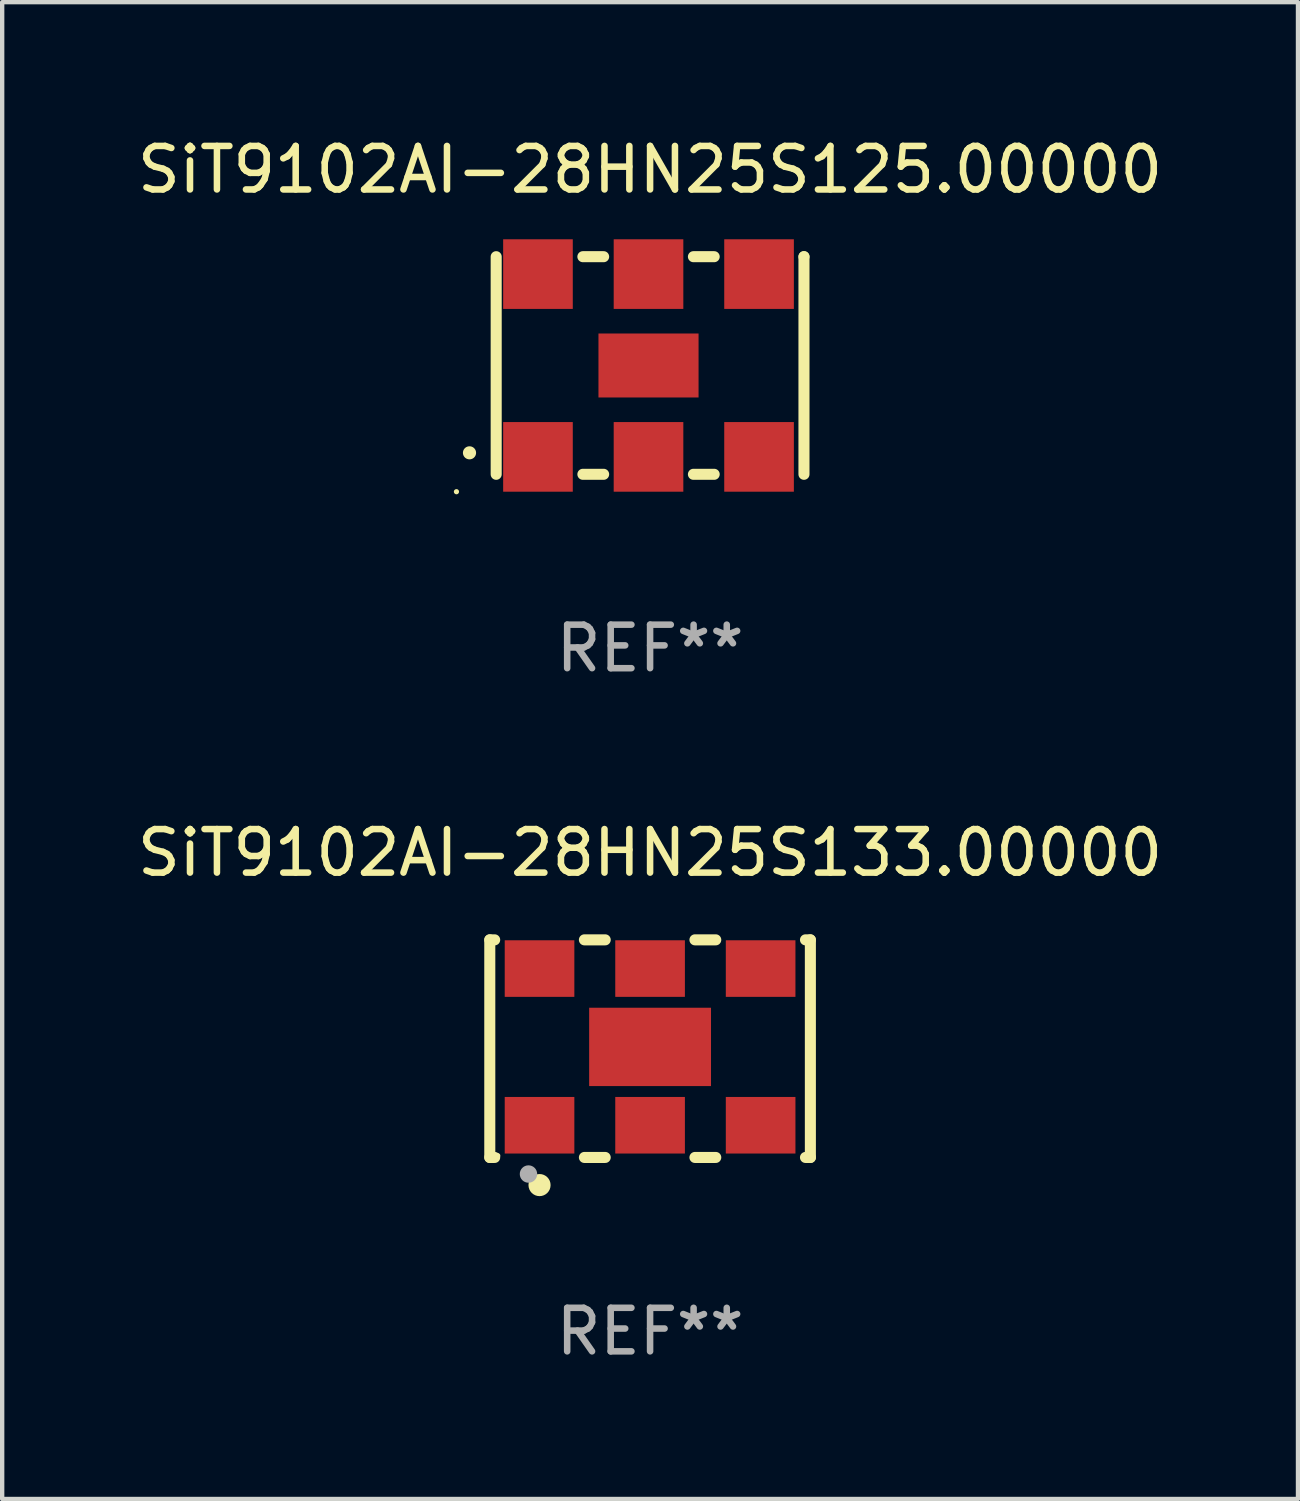
<source format=kicad_pcb>
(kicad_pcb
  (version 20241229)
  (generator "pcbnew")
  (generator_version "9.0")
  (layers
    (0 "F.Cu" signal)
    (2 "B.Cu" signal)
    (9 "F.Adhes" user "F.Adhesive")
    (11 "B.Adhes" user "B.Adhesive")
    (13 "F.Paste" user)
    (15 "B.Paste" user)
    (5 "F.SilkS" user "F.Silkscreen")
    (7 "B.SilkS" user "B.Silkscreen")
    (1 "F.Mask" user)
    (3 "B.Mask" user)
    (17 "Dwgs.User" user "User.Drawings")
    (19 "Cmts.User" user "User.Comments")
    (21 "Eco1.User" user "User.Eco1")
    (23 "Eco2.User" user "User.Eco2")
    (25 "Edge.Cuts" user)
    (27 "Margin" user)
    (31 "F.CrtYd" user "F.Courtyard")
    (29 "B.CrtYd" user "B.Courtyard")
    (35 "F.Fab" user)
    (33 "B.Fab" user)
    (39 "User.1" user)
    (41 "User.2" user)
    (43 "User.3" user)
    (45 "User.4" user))
  (footprint "SiT9102AI-28HN25S133.00000"
    (layer "F.Cu")
    (at 11.887 21.045)
    (property "Reference" "SiT9102AI-28HN25S133.00000" (at 0 -4.5 0) (layer "F.SilkS") (effects (font (size 1 1) (thickness 0.15))))
    (attr through_hole)
    (fp_line (start -3.683 -2.5) (end -3.571 -2.5) (stroke (width 0.254) (type solid)) (layer "F.SilkS"))
    (fp_line (start -3.683 2.5) (end -3.683 -2.5) (stroke (width 0.254) (type solid)) (layer "F.SilkS"))
    (fp_line (start -3.683 2.5) (end -3.571 2.5) (stroke (width 0.254) (type solid)) (layer "F.SilkS"))
    (fp_line (start -1.509 -2.5) (end -1.031 -2.5) (stroke (width 0.254) (type solid)) (layer "F.SilkS"))
    (fp_line (start -1.509 2.5) (end -1.031 2.5) (stroke (width 0.254) (type solid)) (layer "F.SilkS"))
    (fp_line (start 1.031 -2.5) (end 1.509 -2.5) (stroke (width 0.254) (type solid)) (layer "F.SilkS"))
    (fp_line (start 1.031 2.5) (end 1.509 2.5) (stroke (width 0.254) (type solid)) (layer "F.SilkS"))
    (fp_line (start 3.571 -2.5) (end 3.683 -2.5) (stroke (width 0.254) (type solid)) (layer "F.SilkS"))
    (fp_line (start 3.571 2.5) (end 3.683 2.5) (stroke (width 0.254) (type solid)) (layer "F.SilkS"))
    (fp_line (start 3.683 2.5) (end 3.683 -2.5) (stroke (width 0.254) (type solid)) (layer "F.SilkS"))
    (fp_circle (center -3.5 2.46) (end -3.47 2.46) (stroke (width 0.06) (type solid)) (fill no) (layer "F.SilkS"))
    (fp_circle (center -2.54 3.135) (end -2.413 3.135) (stroke (width 0.254) (type solid)) (fill no) (layer "F.SilkS"))
    (fp_circle (center -2.794 2.881) (end -2.694 2.881) (stroke (width 0.2) (type solid)) (fill no) (layer "F.Fab"))
    (fp_text user "REF**" (at 0 6.5 0) (layer "F.Fab") (effects (font (size 1 1) (thickness 0.15))))
    (pad "1" smd rect (at -2.54 1.76) (size 1.6 1.3) (layers "F.Cu" "F.Mask" "F.Paste"))
    (pad "2" smd rect (at 0 1.76) (size 1.6 1.3) (layers "F.Cu" "F.Mask" "F.Paste"))
    (pad "3" smd rect (at 2.54 1.76) (size 1.6 1.3) (layers "F.Cu" "F.Mask" "F.Paste"))
    (pad "4" smd rect (at 2.54 -1.84) (size 1.6 1.3) (layers "F.Cu" "F.Mask" "F.Paste"))
    (pad "5" smd rect (at 0 -1.84) (size 1.6 1.3) (layers "F.Cu" "F.Mask" "F.Paste"))
    (pad "6" smd rect (at -2.54 -1.84) (size 1.6 1.3) (layers "F.Cu" "F.Mask" "F.Paste"))
    (pad "7" smd rect (at 0 -0.04) (size 2.8 1.8) (layers "F.Cu" "F.Mask" "F.Paste")))
  (footprint "SiT9102AI-28HN25S125.00000"
    (layer "F.Cu")
    (at 11.887 5.348)
    (property "Reference" "SiT9102AI-28HN25S125.00000" (at 0 -4.5 0) (layer "F.SilkS") (effects (font (size 1 1) (thickness 0.15))))
    (attr through_hole)
    (fp_line (start -3.536 -2.5) (end -3.536 2.5) (stroke (width 0.254) (type solid)) (layer "F.SilkS"))
    (fp_line (start -1.544 2.5) (end -1.067 2.5) (stroke (width 0.254) (type solid)) (layer "F.SilkS"))
    (fp_line (start -1.067 -2.5) (end -1.544 -2.5) (stroke (width 0.254) (type solid)) (layer "F.SilkS"))
    (fp_line (start 0.996 2.5) (end 1.473 2.5) (stroke (width 0.254) (type solid)) (layer "F.SilkS"))
    (fp_line (start 1.473 -2.5) (end 0.996 -2.5) (stroke (width 0.254) (type solid)) (layer "F.SilkS"))
    (fp_line (start 3.536 -2.5) (end 3.536 -2.5) (stroke (width 0.254) (type solid)) (layer "F.SilkS"))
    (fp_line (start 3.536 2.5) (end 3.536 -2.5) (stroke (width 0.254) (type solid)) (layer "F.SilkS"))
    (fp_arc (start -4.150432 2.006604) (mid -4.149162 2.006599) (end -4.147892 2.006604) (stroke (width 0.3) (type solid)) (layer "F.SilkS"))
    (fp_circle (center -4.449 2.9) (end -4.419 2.9) (stroke (width 0.06) (type solid)) (fill no) (layer "F.SilkS"))
    (fp_text user "REF**" (at 0 6.5 0) (layer "F.Fab") (effects (font (size 1 1) (thickness 0.15))))
    (pad "1" smd rect (at -2.576 2.1) (size 1.6 1.6) (layers "F.Cu" "F.Mask" "F.Paste"))
    (pad "2" smd rect (at -0.036 2.1) (size 1.6 1.6) (layers "F.Cu" "F.Mask" "F.Paste"))
    (pad "3" smd rect (at 2.504 2.1) (size 1.6 1.6) (layers "F.Cu" "F.Mask" "F.Paste"))
    (pad "4" smd rect (at 2.504 -2.1) (size 1.6 1.6) (layers "F.Cu" "F.Mask" "F.Paste"))
    (pad "5" smd rect (at -0.036 -2.1) (size 1.6 1.6) (layers "F.Cu" "F.Mask" "F.Paste"))
    (pad "6" smd rect (at -2.576 -2.1) (size 1.6 1.6) (layers "F.Cu" "F.Mask" "F.Paste"))
    (pad "7" smd rect (at -0.036 0) (size 2.3 1.47) (layers "F.Cu" "F.Mask" "F.Paste")))
  (gr_rect
    (start -3 -3)
    (end 26.774 31.393)
    (stroke (width 0.1) (type default))
    (fill no)
    (layer "Edge.Cuts")))
</source>
